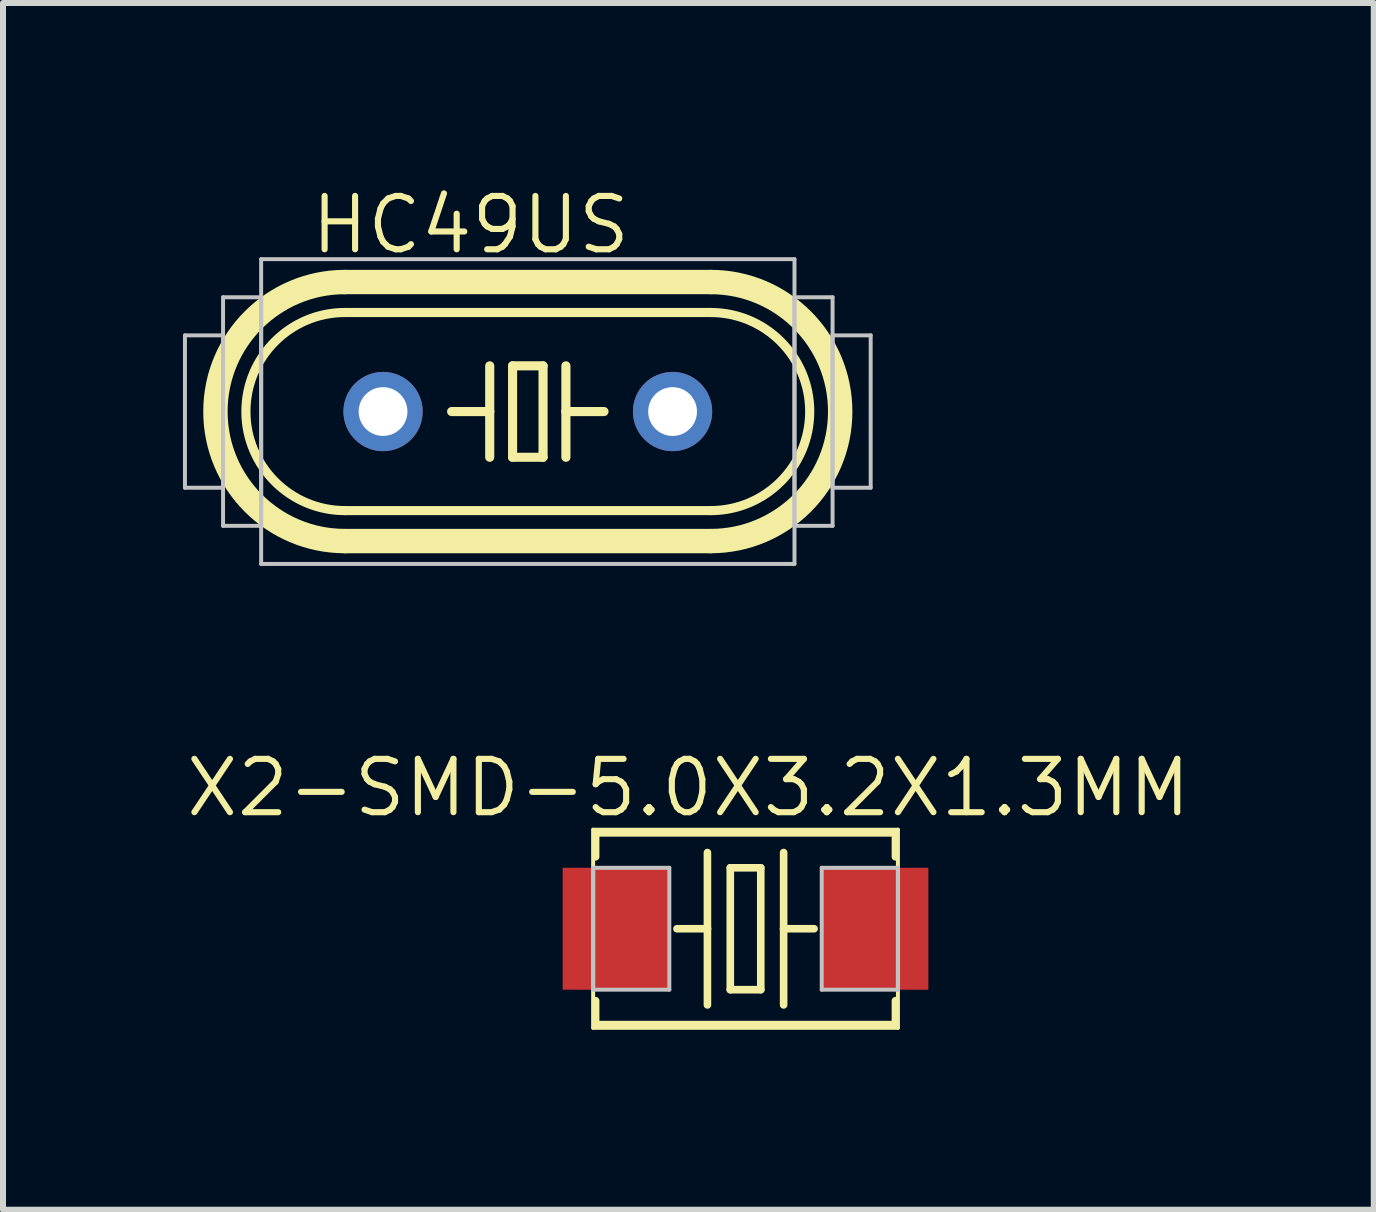
<source format=kicad_pcb>
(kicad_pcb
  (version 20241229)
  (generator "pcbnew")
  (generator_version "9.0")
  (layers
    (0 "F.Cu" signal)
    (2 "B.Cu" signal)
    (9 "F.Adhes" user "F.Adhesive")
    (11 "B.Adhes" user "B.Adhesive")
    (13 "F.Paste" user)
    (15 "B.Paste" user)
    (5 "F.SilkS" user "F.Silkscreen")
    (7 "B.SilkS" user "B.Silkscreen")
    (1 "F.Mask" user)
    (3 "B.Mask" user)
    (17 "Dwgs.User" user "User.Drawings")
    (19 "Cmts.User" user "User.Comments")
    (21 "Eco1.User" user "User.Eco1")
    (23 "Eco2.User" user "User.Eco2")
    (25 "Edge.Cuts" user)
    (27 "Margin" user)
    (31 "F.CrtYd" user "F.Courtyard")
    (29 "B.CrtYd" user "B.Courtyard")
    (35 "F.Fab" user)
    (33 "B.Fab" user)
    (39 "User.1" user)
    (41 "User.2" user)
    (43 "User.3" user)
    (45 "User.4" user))
  (footprint "HC49US"
    (layer "F.Cu")
    (at 5.748 3.81)
    (property "Reference" "HC49US" (at -0.953 -3.111 0) (layer "F.SilkS") (effects (font (size 0.889 0.889) (thickness 0.102))))
    (attr exclude_from_pos_files exclude_from_bom)
    (fp_line (start -3.048 -2.159) (end 3.048 -2.159) (stroke (width 0.406) (type solid)) (layer "F.SilkS"))
    (fp_line (start -3.048 1.651) (end 3.048 1.651) (stroke (width 0.152) (type solid)) (layer "F.SilkS"))
    (fp_line (start -3.048 2.159) (end 3.048 2.159) (stroke (width 0.406) (type solid)) (layer "F.SilkS"))
    (fp_line (start -0.635 -0.762) (end -0.635 0) (stroke (width 0.152) (type solid)) (layer "F.SilkS"))
    (fp_line (start -0.635 0) (end -1.27 0) (stroke (width 0.152) (type solid)) (layer "F.SilkS"))
    (fp_line (start -0.635 0) (end -0.635 0.762) (stroke (width 0.152) (type solid)) (layer "F.SilkS"))
    (fp_line (start -0.254 -0.762) (end 0.254 -0.762) (stroke (width 0.152) (type solid)) (layer "F.SilkS"))
    (fp_line (start -0.254 0.762) (end -0.254 -0.762) (stroke (width 0.152) (type solid)) (layer "F.SilkS"))
    (fp_line (start 0.254 -0.762) (end 0.254 0.762) (stroke (width 0.152) (type solid)) (layer "F.SilkS"))
    (fp_line (start 0.254 0.762) (end -0.254 0.762) (stroke (width 0.152) (type solid)) (layer "F.SilkS"))
    (fp_line (start 0.635 -0.762) (end 0.635 0) (stroke (width 0.152) (type solid)) (layer "F.SilkS"))
    (fp_line (start 0.635 0) (end 0.635 0.762) (stroke (width 0.152) (type solid)) (layer "F.SilkS"))
    (fp_line (start 0.635 0) (end 1.27 0) (stroke (width 0.152) (type solid)) (layer "F.SilkS"))
    (fp_line (start 3.048 -1.651) (end -3.048 -1.651) (stroke (width 0.152) (type solid)) (layer "F.SilkS"))
    (fp_arc (start -3.048 1.651) (mid -4.699 0) (end -3.048 -1.651) (stroke (width 0.1524) (type solid)) (layer "F.SilkS"))
    (fp_arc (start -3.048 2.159) (mid -5.207 0) (end -3.048 -2.159) (stroke (width 0.4064) (type solid)) (layer "F.SilkS"))
    (fp_arc (start 3.048 -2.159) (mid 5.207 0) (end 3.048 2.159) (stroke (width 0.4064) (type solid)) (layer "F.SilkS"))
    (fp_arc (start 3.048 -1.651) (mid 4.699 0) (end 3.048 1.651) (stroke (width 0.1524) (type solid)) (layer "F.SilkS"))
    (fp_line (start -5.715 -1.27) (end -5.08 -1.27) (stroke (width 0.066) (type solid)) (layer "Dwgs.User"))
    (fp_line (start -5.715 1.27) (end -5.715 -1.27) (stroke (width 0.066) (type solid)) (layer "Dwgs.User"))
    (fp_line (start -5.715 1.27) (end -5.08 1.27) (stroke (width 0.066) (type solid)) (layer "Dwgs.User"))
    (fp_line (start -5.08 -1.905) (end -4.445 -1.905) (stroke (width 0.066) (type solid)) (layer "Dwgs.User"))
    (fp_line (start -5.08 1.27) (end -5.08 -1.27) (stroke (width 0.066) (type solid)) (layer "Dwgs.User"))
    (fp_line (start -5.08 1.905) (end -5.08 -1.905) (stroke (width 0.066) (type solid)) (layer "Dwgs.User"))
    (fp_line (start -5.08 1.905) (end -4.445 1.905) (stroke (width 0.066) (type solid)) (layer "Dwgs.User"))
    (fp_line (start -4.445 -2.54) (end 4.445 -2.54) (stroke (width 0.066) (type solid)) (layer "Dwgs.User"))
    (fp_line (start -4.445 1.905) (end -4.445 -1.905) (stroke (width 0.066) (type solid)) (layer "Dwgs.User"))
    (fp_line (start -4.445 2.54) (end -4.445 -2.54) (stroke (width 0.066) (type solid)) (layer "Dwgs.User"))
    (fp_line (start -4.445 2.54) (end 4.445 2.54) (stroke (width 0.066) (type solid)) (layer "Dwgs.User"))
    (fp_line (start 4.445 -1.905) (end 5.08 -1.905) (stroke (width 0.066) (type solid)) (layer "Dwgs.User"))
    (fp_line (start 4.445 1.905) (end 4.445 -1.905) (stroke (width 0.066) (type solid)) (layer "Dwgs.User"))
    (fp_line (start 4.445 1.905) (end 5.08 1.905) (stroke (width 0.066) (type solid)) (layer "Dwgs.User"))
    (fp_line (start 4.445 2.54) (end 4.445 -2.54) (stroke (width 0.066) (type solid)) (layer "Dwgs.User"))
    (fp_line (start 5.08 -1.27) (end 5.715 -1.27) (stroke (width 0.066) (type solid)) (layer "Dwgs.User"))
    (fp_line (start 5.08 1.27) (end 5.08 -1.27) (stroke (width 0.066) (type solid)) (layer "Dwgs.User"))
    (fp_line (start 5.08 1.27) (end 5.715 1.27) (stroke (width 0.066) (type solid)) (layer "Dwgs.User"))
    (fp_line (start 5.08 1.905) (end 5.08 -1.905) (stroke (width 0.066) (type solid)) (layer "Dwgs.User"))
    (fp_line (start 5.715 1.27) (end 5.715 -1.27) (stroke (width 0.066) (type solid)) (layer "Dwgs.User"))
    (pad "1" thru_hole circle (at -2.413 0) (size 1.321 1.321) (drill 0.813) (layers "*.Cu" "*.Paste" "*.Mask"))
    (pad "2" thru_hole circle (at 2.413 0) (size 1.321 1.321) (drill 0.813) (layers "*.Cu" "*.Paste" "*.Mask")))
  (footprint "X2-SMD-5.0X3.2X1.3MM"
    (layer "F.Cu")
    (at 9.377 12.431)
    (property "Reference" "X2-SMD-5.0X3.2X1.3MM" (at -0.953 -2.349 0) (layer "F.SilkS") (effects (font (size 0.889 0.889) (thickness 0.102))))
    (attr smd)
    (fp_line (start -2.54 -1.651) (end 2.54 -1.651) (stroke (width 0.066) (type solid)) (layer "F.SilkS"))
    (fp_line (start -2.54 1.651) (end -2.54 -1.651) (stroke (width 0.066) (type solid)) (layer "F.SilkS"))
    (fp_line (start -2.54 1.651) (end 2.54 1.651) (stroke (width 0.066) (type solid)) (layer "F.SilkS"))
    (fp_line (start -2.499 -1.598) (end -2.499 -1.199) (stroke (width 0.127) (type solid)) (layer "F.SilkS"))
    (fp_line (start -2.499 1.199) (end -2.499 1.598) (stroke (width 0.127) (type solid)) (layer "F.SilkS"))
    (fp_line (start -2.499 1.598) (end 2.499 1.598) (stroke (width 0.127) (type solid)) (layer "F.SilkS"))
    (fp_line (start -0.635 -1.27) (end -0.635 0) (stroke (width 0.127) (type solid)) (layer "F.SilkS"))
    (fp_line (start -0.635 0) (end -1.143 0) (stroke (width 0.127) (type solid)) (layer "F.SilkS"))
    (fp_line (start -0.635 0) (end -0.635 1.27) (stroke (width 0.127) (type solid)) (layer "F.SilkS"))
    (fp_line (start -0.254 -1.016) (end -0.254 1.016) (stroke (width 0.127) (type solid)) (layer "F.SilkS"))
    (fp_line (start -0.254 1.016) (end 0.254 1.016) (stroke (width 0.127) (type solid)) (layer "F.SilkS"))
    (fp_line (start 0.254 -1.016) (end -0.254 -1.016) (stroke (width 0.127) (type solid)) (layer "F.SilkS"))
    (fp_line (start 0.254 1.016) (end 0.254 -1.016) (stroke (width 0.127) (type solid)) (layer "F.SilkS"))
    (fp_line (start 0.635 -1.27) (end 0.635 0) (stroke (width 0.127) (type solid)) (layer "F.SilkS"))
    (fp_line (start 0.635 0) (end 0.635 1.27) (stroke (width 0.127) (type solid)) (layer "F.SilkS"))
    (fp_line (start 0.635 0) (end 1.143 0) (stroke (width 0.127) (type solid)) (layer "F.SilkS"))
    (fp_line (start 2.499 -1.598) (end -2.499 -1.598) (stroke (width 0.127) (type solid)) (layer "F.SilkS"))
    (fp_line (start 2.499 -1.199) (end 2.499 -1.598) (stroke (width 0.127) (type solid)) (layer "F.SilkS"))
    (fp_line (start 2.499 1.598) (end 2.499 1.199) (stroke (width 0.127) (type solid)) (layer "F.SilkS"))
    (fp_line (start 2.54 1.651) (end 2.54 -1.651) (stroke (width 0.066) (type solid)) (layer "F.SilkS"))
    (fp_line (start -2.54 -1.016) (end -1.27 -1.016) (stroke (width 0.066) (type solid)) (layer "Dwgs.User"))
    (fp_line (start -2.54 1.016) (end -2.54 -1.016) (stroke (width 0.066) (type solid)) (layer "Dwgs.User"))
    (fp_line (start -2.54 1.016) (end -1.27 1.016) (stroke (width 0.066) (type solid)) (layer "Dwgs.User"))
    (fp_line (start -1.27 1.016) (end -1.27 -1.016) (stroke (width 0.066) (type solid)) (layer "Dwgs.User"))
    (fp_line (start 1.27 -1.016) (end 2.54 -1.016) (stroke (width 0.066) (type solid)) (layer "Dwgs.User"))
    (fp_line (start 1.27 1.016) (end 1.27 -1.016) (stroke (width 0.066) (type solid)) (layer "Dwgs.User"))
    (fp_line (start 1.27 1.016) (end 2.54 1.016) (stroke (width 0.066) (type solid)) (layer "Dwgs.User"))
    (fp_line (start 2.54 1.016) (end 2.54 -1.016) (stroke (width 0.066) (type solid)) (layer "Dwgs.User"))
    (pad "1" smd rect (at -2.159 0) (size 1.778 2.032) (layers "F.Cu" "F.Mask" "F.Paste"))
    (pad "2" smd rect (at 2.159 0) (size 1.778 2.032) (layers "F.Cu" "F.Mask" "F.Paste")))
  (gr_rect
    (start -3 -3)
    (end 19.849 17.115)
    (stroke (width 0.1) (type default))
    (fill no)
    (layer "Edge.Cuts")))
</source>
